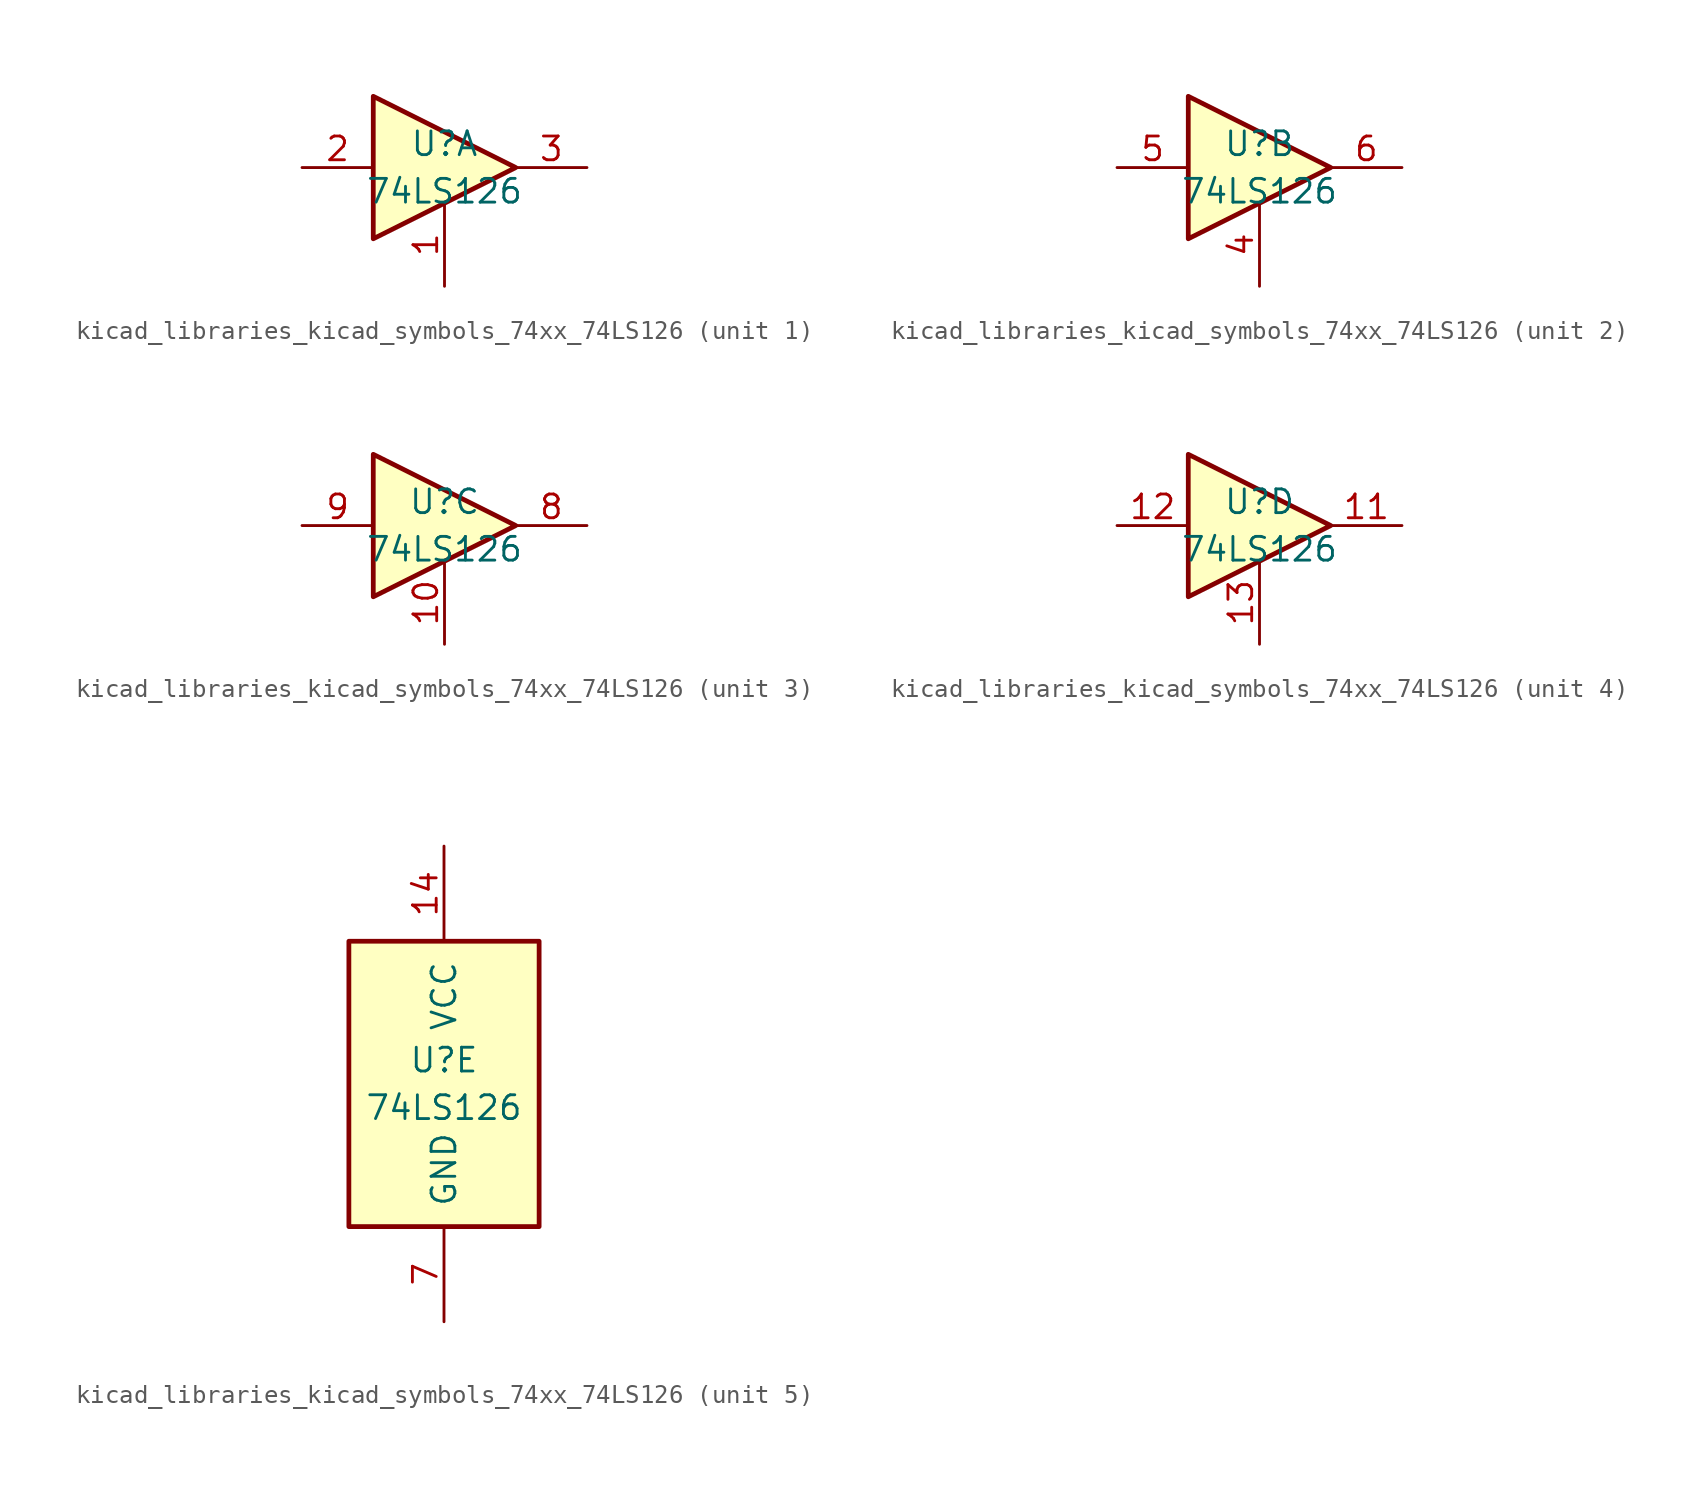
<source format=kicad_sym>
(kicad_symbol_lib
  (version 20220914)
  (generator kicad_symbol_editor)
  (symbol "kicad_libraries_kicad_symbols_74xx_74LS126"
    (pin_names
      (offset 1.016))
    (property "Reference" "U"
      (at 0 1.27 0)
      (effects (font (size 1.27 1.27))))
    (property "Value" "74LS126"
      (at 0 -1.27 0)
      (effects (font (size 1.27 1.27))))
    (property "ki_locked" ""
      (at 0 0 0)
      (effects (font (size 1.27 1.27))))
    (symbol "kicad_libraries_kicad_symbols_74xx_74LS126_1_0"
      (polyline (pts (xy -3.81 3.81) (xy -3.81 -3.81) (xy 3.81 0) (xy -3.81 3.81)) (stroke (width 0.254) (type default)) (fill (type background)))
      (pin input line (at 0 -6.35 90) (length 4.445) (name "~" (effects (font (size 1.27 1.27)))) (number "1" (effects (font (size 1.27 1.27)))))
      (pin input line (at -7.62 0 0) (length 3.81) (name "~" (effects (font (size 1.27 1.27)))) (number "2" (effects (font (size 1.27 1.27)))))
      (pin tri_state line (at 7.62 0 180) (length 3.81) (name "~" (effects (font (size 1.27 1.27)))) (number "3" (effects (font (size 1.27 1.27))))))
    (symbol "kicad_libraries_kicad_symbols_74xx_74LS126_2_0"
      (polyline (pts (xy -3.81 3.81) (xy -3.81 -3.81) (xy 3.81 0) (xy -3.81 3.81)) (stroke (width 0.254) (type default)) (fill (type background)))
      (pin input line (at 0 -6.35 90) (length 4.445) (name "~" (effects (font (size 1.27 1.27)))) (number "4" (effects (font (size 1.27 1.27)))))
      (pin input line (at -7.62 0 0) (length 3.81) (name "~" (effects (font (size 1.27 1.27)))) (number "5" (effects (font (size 1.27 1.27)))))
      (pin tri_state line (at 7.62 0 180) (length 3.81) (name "~" (effects (font (size 1.27 1.27)))) (number "6" (effects (font (size 1.27 1.27))))))
    (symbol "kicad_libraries_kicad_symbols_74xx_74LS126_3_0"
      (polyline (pts (xy -3.81 3.81) (xy -3.81 -3.81) (xy 3.81 0) (xy -3.81 3.81)) (stroke (width 0.254) (type default)) (fill (type background)))
      (pin input line (at 0 -6.35 90) (length 4.445) (name "~" (effects (font (size 1.27 1.27)))) (number "10" (effects (font (size 1.27 1.27)))))
      (pin tri_state line (at 7.62 0 180) (length 3.81) (name "~" (effects (font (size 1.27 1.27)))) (number "8" (effects (font (size 1.27 1.27)))))
      (pin input line (at -7.62 0 0) (length 3.81) (name "~" (effects (font (size 1.27 1.27)))) (number "9" (effects (font (size 1.27 1.27))))))
    (symbol "kicad_libraries_kicad_symbols_74xx_74LS126_4_0"
      (polyline (pts (xy -3.81 3.81) (xy -3.81 -3.81) (xy 3.81 0) (xy -3.81 3.81)) (stroke (width 0.254) (type default)) (fill (type background)))
      (pin tri_state line (at 7.62 0 180) (length 3.81) (name "~" (effects (font (size 1.27 1.27)))) (number "11" (effects (font (size 1.27 1.27)))))
      (pin input line (at -7.62 0 0) (length 3.81) (name "~" (effects (font (size 1.27 1.27)))) (number "12" (effects (font (size 1.27 1.27)))))
      (pin input line (at 0 -6.35 90) (length 4.445) (name "~" (effects (font (size 1.27 1.27)))) (number "13" (effects (font (size 1.27 1.27))))))
    (symbol "kicad_libraries_kicad_symbols_74xx_74LS126_5_0"
      (pin power_in line (at 0 12.7 270) (length 5.08) (name "VCC" (effects (font (size 1.27 1.27)))) (number "14" (effects (font (size 1.27 1.27)))))
      (pin power_in line (at 0 -12.7 90) (length 5.08) (name "GND" (effects (font (size 1.27 1.27)))) (number "7" (effects (font (size 1.27 1.27))))))
    (symbol "kicad_libraries_kicad_symbols_74xx_74LS126_5_1"
      (rectangle (start -5.08 7.62) (end 5.08 -7.62) (stroke (width 0.254) (type default)) (fill (type background))))))
</source>
